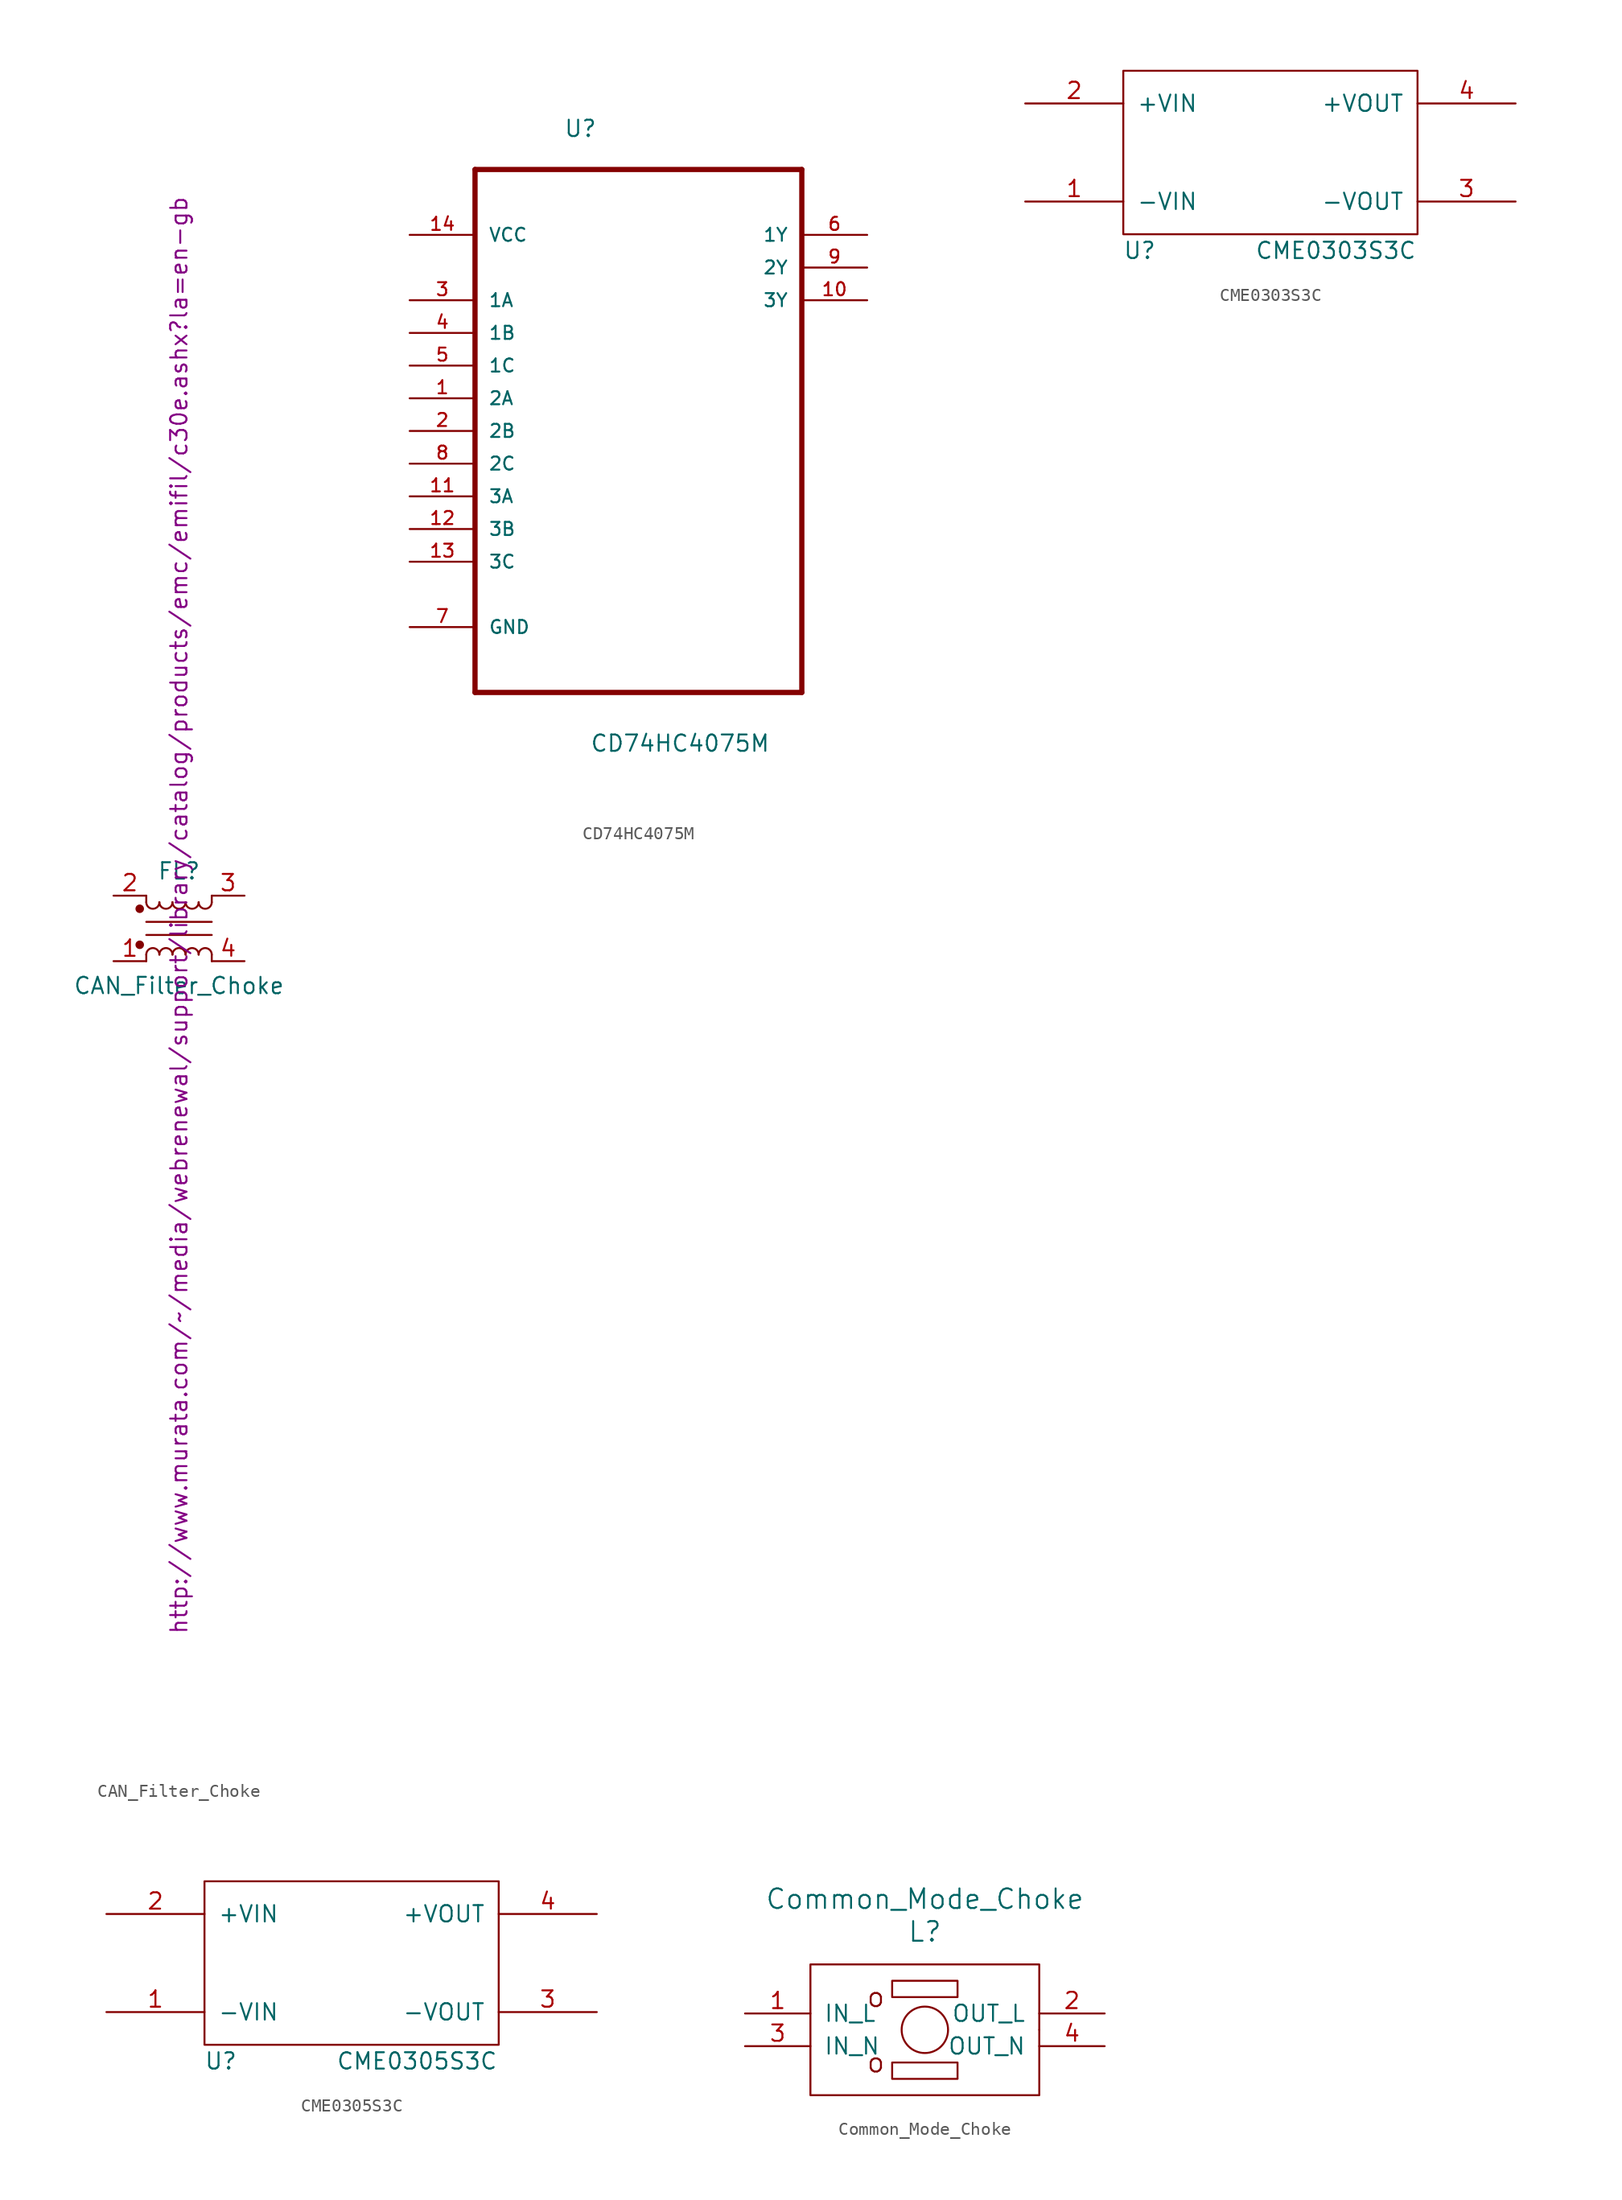
<source format=kicad_sym>
(kicad_symbol_lib
  (version 20211014)
  (generator kicad_symbol_editor)
  (symbol "CAN_Filter_Choke"
    (pin_names
      (offset 0.254) hide)
    (property "Reference" "FL"
      (at 0 4.445 0)
      (effects (font (size 1.27 1.27))))
    (property "Value" "CAN_Filter_Choke"
      (at 0 -4.445 0)
      (effects (font (size 1.27 1.27))))
    (property "Footprint" ""
      (at 0 1.016 90)
      (effects (font (size 1.27 1.27))))
    (property "Datasheet" "http://www.murata.com/~/media/webrenewal/support/library/catalog/products/emc/emifil/c30e.ashx?la=en-gb"
      (at 0 1.016 90)
      (effects (font (size 1.27 1.27))))
    (symbol "CAN_Filter_Choke_0_1"
      (circle (center -3.048 -1.27) (radius 0.254) (stroke (width 0) (type default) (color 0 0 0 0)) (fill (type outline)))
      (circle (center -3.048 1.524) (radius 0.254) (stroke (width 0) (type default) (color 0 0 0 0)) (fill (type outline)))
      (arc (start -2.54 2.032) (mid -2.032 1.524) (end -1.524 2.032) (stroke (width 0) (type default) (color 0 0 0 0)) (fill (type none)))
      (arc (start -1.524 -2.032) (mid -2.032 -1.524) (end -2.54 -2.032) (stroke (width 0) (type default) (color 0 0 0 0)) (fill (type none)))
      (arc (start -1.524 2.032) (mid -1.016 1.524) (end -0.508 2.032) (stroke (width 0) (type default) (color 0 0 0 0)) (fill (type none)))
      (arc (start -0.508 -2.032) (mid -1.016 -1.524) (end -1.524 -2.032) (stroke (width 0) (type default) (color 0 0 0 0)) (fill (type none)))
      (arc (start -0.508 2.032) (mid 0 1.524) (end 0.508 2.032) (stroke (width 0) (type default) (color 0 0 0 0)) (fill (type none)))
      (polyline (pts (xy -2.54 -2.032) (xy -2.54 -2.54)) (stroke (width 0) (type default) (color 0 0 0 0)) (fill (type none)))
      (polyline (pts (xy -2.54 0.508) (xy 2.54 0.508)) (stroke (width 0) (type default) (color 0 0 0 0)) (fill (type none)))
      (polyline (pts (xy -2.54 2.032) (xy -2.54 2.54)) (stroke (width 0) (type default) (color 0 0 0 0)) (fill (type none)))
      (polyline (pts (xy 2.54 -2.032) (xy 2.54 -2.54)) (stroke (width 0) (type default) (color 0 0 0 0)) (fill (type none)))
      (polyline (pts (xy 2.54 -0.508) (xy -2.54 -0.508)) (stroke (width 0) (type default) (color 0 0 0 0)) (fill (type none)))
      (polyline (pts (xy 2.54 2.54) (xy 2.54 2.032)) (stroke (width 0) (type default) (color 0 0 0 0)) (fill (type none)))
      (arc (start 0.508 -2.032) (mid 0 -1.524) (end -0.508 -2.032) (stroke (width 0) (type default) (color 0 0 0 0)) (fill (type none)))
      (arc (start 0.508 2.032) (mid 1.016 1.524) (end 1.524 2.032) (stroke (width 0) (type default) (color 0 0 0 0)) (fill (type none)))
      (arc (start 1.524 -2.032) (mid 1.016 -1.524) (end 0.508 -2.032) (stroke (width 0) (type default) (color 0 0 0 0)) (fill (type none)))
      (arc (start 1.524 2.032) (mid 2.032 1.524) (end 2.54 2.032) (stroke (width 0) (type default) (color 0 0 0 0)) (fill (type none)))
      (arc (start 2.54 -2.032) (mid 2.032 -1.524) (end 1.524 -2.032) (stroke (width 0) (type default) (color 0 0 0 0)) (fill (type none))))
    (symbol "CAN_Filter_Choke_1_1"
      (pin passive line (at -5.08 -2.54 0) (length 2.54) (name "1" (effects (font (size 1.27 1.27)))) (number "1" (effects (font (size 1.27 1.27)))))
      (pin passive line (at -5.08 2.54 0) (length 2.54) (name "2" (effects (font (size 1.27 1.27)))) (number "2" (effects (font (size 1.27 1.27)))))
      (pin passive line (at 5.08 2.54 180) (length 2.54) (name "3" (effects (font (size 1.27 1.27)))) (number "3" (effects (font (size 1.27 1.27)))))
      (pin passive line (at 5.08 -2.54 180) (length 2.54) (name "4" (effects (font (size 1.27 1.27)))) (number "4" (effects (font (size 1.27 1.27)))))))
  (symbol "CD74HC4075M"
    (pin_names
      (offset 1.016))
    (property "Reference" "U"
      (at -5.817 20.218 0)
      (effects (font (size 1.27 1.27)) (justify left bottom)))
    (property "Value" "CD74HC4075M"
      (at -3.785 -27.559 0)
      (effects (font (size 1.27 1.27)) (justify left bottom)))
    (property "ki_locked" ""
      (at 0 0 0)
      (effects (font (size 1.27 1.27))))
    (symbol "CD74HC4075M_0_0"
      (polyline (pts (xy -12.7 -22.86) (xy 12.7 -22.86)) (stroke (width 0.406) (type default) (color 0 0 0 0)) (fill (type none)))
      (polyline (pts (xy -12.7 17.78) (xy -12.7 -22.86)) (stroke (width 0.406) (type default) (color 0 0 0 0)) (fill (type none)))
      (polyline (pts (xy 12.7 -22.86) (xy 12.7 17.78)) (stroke (width 0.406) (type default) (color 0 0 0 0)) (fill (type none)))
      (polyline (pts (xy 12.7 17.78) (xy -12.7 17.78)) (stroke (width 0.406) (type default) (color 0 0 0 0)) (fill (type none)))
      (pin input line (at -17.78 0 0) (length 5.08) (name "2A" (effects (font (size 1.016 1.016)))) (number "1" (effects (font (size 1.016 1.016)))))
      (pin output line (at 17.78 7.62 180) (length 5.08) (name "3Y" (effects (font (size 1.016 1.016)))) (number "10" (effects (font (size 1.016 1.016)))))
      (pin input line (at -17.78 -7.62 0) (length 5.08) (name "3A" (effects (font (size 1.016 1.016)))) (number "11" (effects (font (size 1.016 1.016)))))
      (pin input line (at -17.78 -10.16 0) (length 5.08) (name "3B" (effects (font (size 1.016 1.016)))) (number "12" (effects (font (size 1.016 1.016)))))
      (pin input line (at -17.78 -12.7 0) (length 5.08) (name "3C" (effects (font (size 1.016 1.016)))) (number "13" (effects (font (size 1.016 1.016)))))
      (pin power_in line (at -17.78 12.7 0) (length 5.08) (name "VCC" (effects (font (size 1.016 1.016)))) (number "14" (effects (font (size 1.016 1.016)))))
      (pin input line (at -17.78 -2.54 0) (length 5.08) (name "2B" (effects (font (size 1.016 1.016)))) (number "2" (effects (font (size 1.016 1.016)))))
      (pin input line (at -17.78 7.62 0) (length 5.08) (name "1A" (effects (font (size 1.016 1.016)))) (number "3" (effects (font (size 1.016 1.016)))))
      (pin input line (at -17.78 5.08 0) (length 5.08) (name "1B" (effects (font (size 1.016 1.016)))) (number "4" (effects (font (size 1.016 1.016)))))
      (pin input line (at -17.78 2.54 0) (length 5.08) (name "1C" (effects (font (size 1.016 1.016)))) (number "5" (effects (font (size 1.016 1.016)))))
      (pin output line (at 17.78 12.7 180) (length 5.08) (name "1Y" (effects (font (size 1.016 1.016)))) (number "6" (effects (font (size 1.016 1.016)))))
      (pin passive line (at -17.78 -17.78 0) (length 5.08) (name "GND" (effects (font (size 1.016 1.016)))) (number "7" (effects (font (size 1.016 1.016)))))
      (pin input line (at -17.78 -5.08 0) (length 5.08) (name "2C" (effects (font (size 1.016 1.016)))) (number "8" (effects (font (size 1.016 1.016)))))
      (pin output line (at 17.78 10.16 180) (length 5.08) (name "2Y" (effects (font (size 1.016 1.016)))) (number "9" (effects (font (size 1.016 1.016)))))))
  (symbol "CME0303S3C"
    (pin_names
      (offset 1.016))
    (property "Reference" "U"
      (at -10.16 -7.62 0)
      (effects (font (size 1.27 1.27))))
    (property "Value" "CME0303S3C"
      (at 5.08 -7.62 0)
      (effects (font (size 1.27 1.27))))
    (symbol "CME0303S3C_1_0"
      (rectangle (start -11.43 -6.35) (end 11.43 6.35) (stroke (width 0) (type default) (color 0 0 0 0)) (fill (type none))))
    (symbol "CME0303S3C_1_1"
      (pin input line (at -19.05 -3.81 0) (length 7.62) (name "-VIN" (effects (font (size 1.27 1.27)))) (number "1" (effects (font (size 1.27 1.27)))))
      (pin input line (at -19.05 3.81 0) (length 7.62) (name "+VIN" (effects (font (size 1.27 1.27)))) (number "2" (effects (font (size 1.27 1.27)))))
      (pin input line (at 19.05 -3.81 180) (length 7.62) (name "-VOUT" (effects (font (size 1.27 1.27)))) (number "3" (effects (font (size 1.27 1.27)))))
      (pin input line (at 19.05 3.81 180) (length 7.62) (name "+VOUT" (effects (font (size 1.27 1.27)))) (number "4" (effects (font (size 1.27 1.27)))))))
  (symbol "CME0305S3C"
    (pin_names
      (offset 1.016))
    (property "Reference" "U"
      (at -10.16 -7.62 0)
      (effects (font (size 1.27 1.27))))
    (property "Value" "CME0305S3C"
      (at 5.08 -7.62 0)
      (effects (font (size 1.27 1.27))))
    (symbol "CME0305S3C_1_0"
      (rectangle (start -11.43 -6.35) (end 11.43 6.35) (stroke (width 0) (type default) (color 0 0 0 0)) (fill (type none))))
    (symbol "CME0305S3C_1_1"
      (pin input line (at -19.05 -3.81 0) (length 7.62) (name "-VIN" (effects (font (size 1.27 1.27)))) (number "1" (effects (font (size 1.27 1.27)))))
      (pin input line (at -19.05 3.81 0) (length 7.62) (name "+VIN" (effects (font (size 1.27 1.27)))) (number "2" (effects (font (size 1.27 1.27)))))
      (pin input line (at 19.05 -3.81 180) (length 7.62) (name "-VOUT" (effects (font (size 1.27 1.27)))) (number "3" (effects (font (size 1.27 1.27)))))
      (pin input line (at 19.05 3.81 180) (length 7.62) (name "+VOUT" (effects (font (size 1.27 1.27)))) (number "4" (effects (font (size 1.27 1.27)))))))
  (symbol "Common_Mode_Choke"
    (pin_names
      (offset 1.016))
    (property "Reference" "L"
      (at 0 0 0)
      (effects (font (size 1.524 1.524))))
    (property "Value" "Common_Mode_Choke"
      (at 0 2.54 0)
      (effects (font (size 1.524 1.524))))
    (symbol "Common_Mode_Choke_0_0"
      (text "o" (at -3.81 -10.16 0) (effects (font (size 1.524 1.524))))
      (text "o" (at -3.81 -5.08 0) (effects (font (size 1.524 1.524)))))
    (symbol "Common_Mode_Choke_0_1"
      (rectangle (start -8.89 -2.54) (end 8.89 -12.7) (stroke (width 0) (type default) (color 0 0 0 0)) (fill (type none)))
      (rectangle (start -2.54 -10.16) (end 2.54 -11.43) (stroke (width 0) (type default) (color 0 0 0 0)) (fill (type none)))
      (rectangle (start -2.54 -3.81) (end 2.54 -5.08) (stroke (width 0) (type default) (color 0 0 0 0)) (fill (type none)))
      (circle (center 0 -7.62) (radius 1.803) (stroke (width 0) (type default) (color 0 0 0 0)) (fill (type none)))
      (rectangle (start 8.89 -7.62) (end 8.89 -7.62) (stroke (width 0) (type default) (color 0 0 0 0)) (fill (type none))))
    (symbol "Common_Mode_Choke_1_1"
      (pin input line (at -13.97 -6.35 0) (length 5.08) (name "IN_L" (effects (font (size 1.27 1.27)))) (number "1" (effects (font (size 1.27 1.27)))))
      (pin input line (at 13.97 -6.35 180) (length 5.08) (name "OUT_L" (effects (font (size 1.27 1.27)))) (number "2" (effects (font (size 1.27 1.27)))))
      (pin input line (at -13.97 -8.89 0) (length 5.08) (name "IN_N" (effects (font (size 1.27 1.27)))) (number "3" (effects (font (size 1.27 1.27)))))
      (pin input line (at 13.97 -8.89 180) (length 5.08) (name "OUT_N" (effects (font (size 1.27 1.27)))) (number "4" (effects (font (size 1.27 1.27))))))))
</source>
